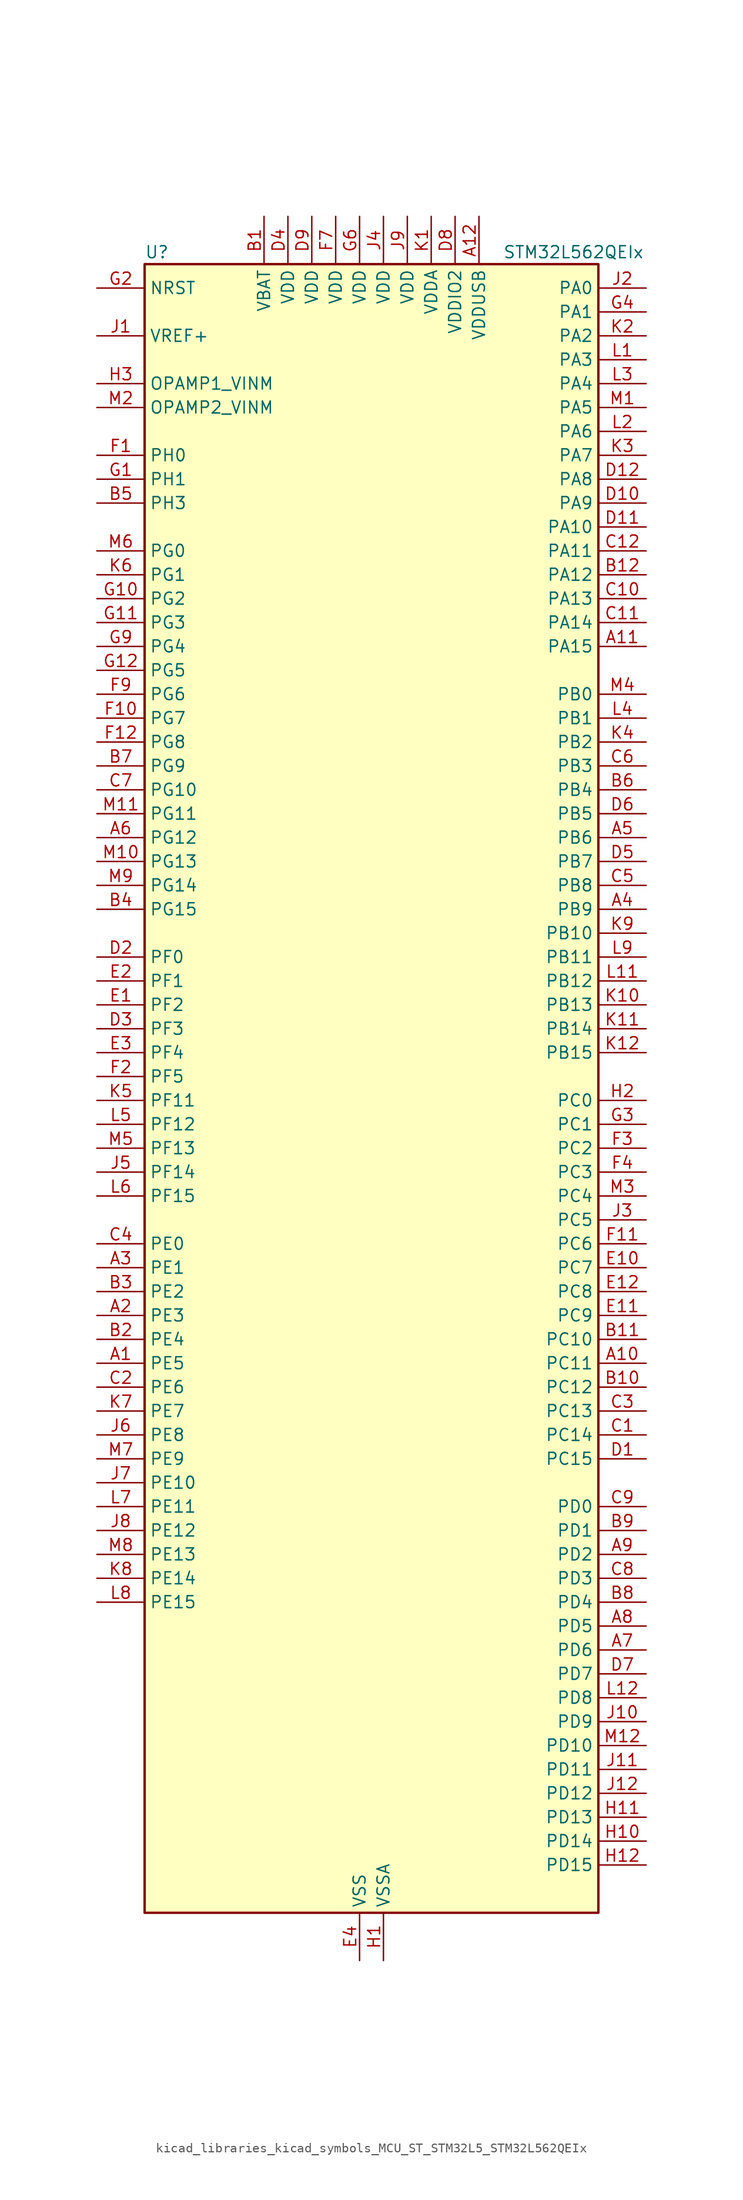
<source format=kicad_sym>
(kicad_symbol_lib
  (version 20220914)
  (generator kicad_symbol_editor)
  (symbol "kicad_libraries_kicad_symbols_MCU_ST_STM32L5_STM32L562QEIx"
    (property "Reference" "U"
      (at -22.86 90.17 0)
      (effects (font (size 1.27 1.27)) (justify left)))
    (property "Value" "STM32L562QEIx"
      (at 15.24 90.17 0)
      (effects (font (size 1.27 1.27)) (justify left)))
    (property "ki_locked" ""
      (at 0 0 0)
      (effects (font (size 1.27 1.27))))
    (symbol "kicad_libraries_kicad_symbols_MCU_ST_STM32L5_STM32L562QEIx_0_1"
      (rectangle (start -22.86 -86.36) (end 25.4 88.9) (stroke (width 0.254) (type default)) (fill (type background))))
    (symbol "kicad_libraries_kicad_symbols_MCU_ST_STM32L5_STM32L562QEIx_1_1"
      (pin bidirectional line (at -27.94 -27.94 0) (length 5.08) (name "PE5" (effects (font (size 1.27 1.27)))) (number "A1" (effects (font (size 1.27 1.27)))) (alternate "DEBUG_TRACED2" bidirectional line) (alternate "DFSDM1_CKIN3" bidirectional line) (alternate "FMC_A21" bidirectional line) (alternate "SAI1_CK2" bidirectional line) (alternate "SAI1_SCK_A" bidirectional line) (alternate "TIM3_CH3" bidirectional line) (alternate "TSC_G7_IO4" bidirectional line))
      (pin bidirectional line (at 30.48 -27.94 180) (length 5.08) (name "PC11" (effects (font (size 1.27 1.27)))) (number "A10" (effects (font (size 1.27 1.27)))) (alternate "ADC1_EXTI11" bidirectional line) (alternate "ADC2_EXTI11" bidirectional line) (alternate "LPTIM3_IN1" bidirectional line) (alternate "OCTOSPI1_NCS" bidirectional line) (alternate "SAI2_MCLK_B" bidirectional line) (alternate "SDMMC1_D3" bidirectional line) (alternate "SPI3_MISO" bidirectional line) (alternate "TSC_G3_IO3" bidirectional line) (alternate "UART4_RX" bidirectional line) (alternate "UCPD1_FRSTX2" bidirectional line) (alternate "USART3_RX" bidirectional line))
      (pin bidirectional line (at 30.48 48.26 180) (length 5.08) (name "PA15" (effects (font (size 1.27 1.27)))) (number "A11" (effects (font (size 1.27 1.27)))) (alternate "ADC1_EXTI15" bidirectional line) (alternate "ADC2_EXTI15" bidirectional line) (alternate "DEBUG_JTDI" bidirectional line) (alternate "SAI2_FS_B" bidirectional line) (alternate "SPI1_NSS" bidirectional line) (alternate "SPI3_NSS" bidirectional line) (alternate "TIM2_CH1" bidirectional line) (alternate "TIM2_ETR" bidirectional line) (alternate "UART4_DE" bidirectional line) (alternate "UART4_RTS" bidirectional line) (alternate "UCPD1_CC1" bidirectional line) (alternate "USART2_RX" bidirectional line) (alternate "USART3_DE" bidirectional line) (alternate "USART3_RTS" bidirectional line))
      (pin power_in line (at 12.7 93.98 270) (length 5.08) (name "VDDUSB" (effects (font (size 1.27 1.27)))) (number "A12" (effects (font (size 1.27 1.27)))))
      (pin bidirectional line (at -27.94 -22.86 0) (length 5.08) (name "PE3" (effects (font (size 1.27 1.27)))) (number "A2" (effects (font (size 1.27 1.27)))) (alternate "DEBUG_TRACED0" bidirectional line) (alternate "FMC_A19" bidirectional line) (alternate "OCTOSPI1_DQS" bidirectional line) (alternate "SAI1_SD_B" bidirectional line) (alternate "TIM3_CH1" bidirectional line) (alternate "TSC_G7_IO2" bidirectional line))
      (pin bidirectional line (at -27.94 -17.78 0) (length 5.08) (name "PE1" (effects (font (size 1.27 1.27)))) (number "A3" (effects (font (size 1.27 1.27)))) (alternate "FMC_NBL1" bidirectional line) (alternate "TIM17_CH1" bidirectional line))
      (pin bidirectional line (at 30.48 20.32 180) (length 5.08) (name "PB9" (effects (font (size 1.27 1.27)))) (number "A4" (effects (font (size 1.27 1.27)))) (alternate "DAC1_EXTI9" bidirectional line) (alternate "FDCAN1_TX" bidirectional line) (alternate "I2C1_SDA" bidirectional line) (alternate "IR_OUT" bidirectional line) (alternate "SAI1_D2" bidirectional line) (alternate "SAI1_FS_A" bidirectional line) (alternate "SDMMC1_CDIR" bidirectional line) (alternate "SDMMC1_D5" bidirectional line) (alternate "SPI2_NSS" bidirectional line) (alternate "TIM17_CH1" bidirectional line) (alternate "TIM4_CH4" bidirectional line))
      (pin bidirectional line (at 30.48 27.94 180) (length 5.08) (name "PB6" (effects (font (size 1.27 1.27)))) (number "A5" (effects (font (size 1.27 1.27)))) (alternate "COMP2_INP" bidirectional line) (alternate "I2C1_SCL" bidirectional line) (alternate "I2C4_SCL" bidirectional line) (alternate "LPTIM1_ETR" bidirectional line) (alternate "SAI1_FS_B" bidirectional line) (alternate "TIM16_CH1N" bidirectional line) (alternate "TIM4_CH1" bidirectional line) (alternate "TIM8_BKIN2" bidirectional line) (alternate "TSC_G2_IO3" bidirectional line) (alternate "USART1_TX" bidirectional line))
      (pin bidirectional line (at -27.94 27.94 0) (length 5.08) (name "PG12" (effects (font (size 1.27 1.27)))) (number "A6" (effects (font (size 1.27 1.27)))) (alternate "FMC_NE4" bidirectional line) (alternate "LPTIM1_ETR" bidirectional line) (alternate "SAI2_SD_A" bidirectional line) (alternate "SPI3_NSS" bidirectional line) (alternate "USART1_DE" bidirectional line) (alternate "USART1_RTS" bidirectional line))
      (pin bidirectional line (at 30.48 -58.42 180) (length 5.08) (name "PD6" (effects (font (size 1.27 1.27)))) (number "A7" (effects (font (size 1.27 1.27)))) (alternate "DFSDM1_DATIN1" bidirectional line) (alternate "FMC_NWAIT" bidirectional line) (alternate "OCTOSPI1_IO6" bidirectional line) (alternate "SAI1_D1" bidirectional line) (alternate "SAI1_SD_A" bidirectional line) (alternate "SPI3_MOSI" bidirectional line) (alternate "USART2_RX" bidirectional line))
      (pin bidirectional line (at 30.48 -55.88 180) (length 5.08) (name "PD5" (effects (font (size 1.27 1.27)))) (number "A8" (effects (font (size 1.27 1.27)))) (alternate "FMC_NWE" bidirectional line) (alternate "OCTOSPI1_IO5" bidirectional line) (alternate "USART2_TX" bidirectional line))
      (pin bidirectional line (at 30.48 -48.26 180) (length 5.08) (name "PD2" (effects (font (size 1.27 1.27)))) (number "A9" (effects (font (size 1.27 1.27)))) (alternate "DEBUG_TRACED2" bidirectional line) (alternate "SDMMC1_CMD" bidirectional line) (alternate "TIM3_ETR" bidirectional line) (alternate "TSC_SYNC" bidirectional line) (alternate "UART5_RX" bidirectional line) (alternate "USART3_DE" bidirectional line) (alternate "USART3_RTS" bidirectional line))
      (pin power_in line (at -10.16 93.98 270) (length 5.08) (name "VBAT" (effects (font (size 1.27 1.27)))) (number "B1" (effects (font (size 1.27 1.27)))))
      (pin bidirectional line (at 30.48 -30.48 180) (length 5.08) (name "PC12" (effects (font (size 1.27 1.27)))) (number "B10" (effects (font (size 1.27 1.27)))) (alternate "DEBUG_TRACED3" bidirectional line) (alternate "SAI2_SD_B" bidirectional line) (alternate "SDMMC1_CK" bidirectional line) (alternate "SPI3_MOSI" bidirectional line) (alternate "TSC_G3_IO4" bidirectional line) (alternate "UART5_TX" bidirectional line) (alternate "USART3_CK" bidirectional line))
      (pin bidirectional line (at 30.48 -25.4 180) (length 5.08) (name "PC10" (effects (font (size 1.27 1.27)))) (number "B11" (effects (font (size 1.27 1.27)))) (alternate "DEBUG_TRACED1" bidirectional line) (alternate "LPTIM3_ETR" bidirectional line) (alternate "SAI2_SCK_B" bidirectional line) (alternate "SDMMC1_D2" bidirectional line) (alternate "SPI3_SCK" bidirectional line) (alternate "TSC_G3_IO2" bidirectional line) (alternate "UART4_TX" bidirectional line) (alternate "USART3_TX" bidirectional line))
      (pin bidirectional line (at 30.48 55.88 180) (length 5.08) (name "PA12" (effects (font (size 1.27 1.27)))) (number "B12" (effects (font (size 1.27 1.27)))) (alternate "FDCAN1_TX" bidirectional line) (alternate "SPI1_MOSI" bidirectional line) (alternate "TIM1_ETR" bidirectional line) (alternate "USART1_DE" bidirectional line) (alternate "USART1_RTS" bidirectional line) (alternate "USB_DP" bidirectional line))
      (pin bidirectional line (at -27.94 -25.4 0) (length 5.08) (name "PE4" (effects (font (size 1.27 1.27)))) (number "B2" (effects (font (size 1.27 1.27)))) (alternate "DEBUG_TRACED1" bidirectional line) (alternate "DFSDM1_DATIN3" bidirectional line) (alternate "FMC_A20" bidirectional line) (alternate "SAI1_D2" bidirectional line) (alternate "SAI1_FS_A" bidirectional line) (alternate "TIM3_CH2" bidirectional line) (alternate "TSC_G7_IO3" bidirectional line))
      (pin bidirectional line (at -27.94 -20.32 0) (length 5.08) (name "PE2" (effects (font (size 1.27 1.27)))) (number "B3" (effects (font (size 1.27 1.27)))) (alternate "DEBUG_TRACECLK" bidirectional line) (alternate "FMC_A23" bidirectional line) (alternate "SAI1_CK1" bidirectional line) (alternate "SAI1_MCLK_A" bidirectional line) (alternate "TIM3_ETR" bidirectional line) (alternate "TSC_G7_IO1" bidirectional line))
      (pin bidirectional line (at -27.94 20.32 0) (length 5.08) (name "PG15" (effects (font (size 1.27 1.27)))) (number "B4" (effects (font (size 1.27 1.27)))) (alternate "ADC1_EXTI15" bidirectional line) (alternate "ADC2_EXTI15" bidirectional line) (alternate "I2C1_SMBA" bidirectional line) (alternate "LPTIM1_OUT" bidirectional line))
      (pin bidirectional line (at -27.94 63.5 0) (length 5.08) (name "PH3" (effects (font (size 1.27 1.27)))) (number "B5" (effects (font (size 1.27 1.27)))))
      (pin bidirectional line (at 30.48 33.02 180) (length 5.08) (name "PB4" (effects (font (size 1.27 1.27)))) (number "B6" (effects (font (size 1.27 1.27)))) (alternate "COMP2_INP" bidirectional line) (alternate "DEBUG_JTRST" bidirectional line) (alternate "I2C3_SDA" bidirectional line) (alternate "SAI1_MCLK_B" bidirectional line) (alternate "SPI1_MISO" bidirectional line) (alternate "SPI3_MISO" bidirectional line) (alternate "TIM17_BKIN" bidirectional line) (alternate "TIM3_CH1" bidirectional line) (alternate "TSC_G2_IO1" bidirectional line) (alternate "UART5_DE" bidirectional line) (alternate "UART5_RTS" bidirectional line) (alternate "USART1_CTS" bidirectional line) (alternate "USART1_NSS" bidirectional line))
      (pin bidirectional line (at -27.94 35.56 0) (length 5.08) (name "PG9" (effects (font (size 1.27 1.27)))) (number "B7" (effects (font (size 1.27 1.27)))) (alternate "DAC1_EXTI9" bidirectional line) (alternate "FMC_NCE" bidirectional line) (alternate "FMC_NE2" bidirectional line) (alternate "SAI2_SCK_A" bidirectional line) (alternate "SPI3_SCK" bidirectional line) (alternate "TIM15_CH1N" bidirectional line) (alternate "USART1_TX" bidirectional line))
      (pin bidirectional line (at 30.48 -53.34 180) (length 5.08) (name "PD4" (effects (font (size 1.27 1.27)))) (number "B8" (effects (font (size 1.27 1.27)))) (alternate "DFSDM1_CKIN0" bidirectional line) (alternate "FMC_NOE" bidirectional line) (alternate "OCTOSPI1_IO4" bidirectional line) (alternate "SPI2_MOSI" bidirectional line) (alternate "USART2_DE" bidirectional line) (alternate "USART2_RTS" bidirectional line))
      (pin bidirectional line (at 30.48 -45.72 180) (length 5.08) (name "PD1" (effects (font (size 1.27 1.27)))) (number "B9" (effects (font (size 1.27 1.27)))) (alternate "FDCAN1_TX" bidirectional line) (alternate "FMC_D3" bidirectional line) (alternate "FMC_DA3" bidirectional line) (alternate "SPI2_SCK" bidirectional line))
      (pin bidirectional line (at 30.48 -35.56 180) (length 5.08) (name "PC14" (effects (font (size 1.27 1.27)))) (number "C1" (effects (font (size 1.27 1.27)))) (alternate "RCC_OSC32_IN" bidirectional line))
      (pin bidirectional line (at 30.48 53.34 180) (length 5.08) (name "PA13" (effects (font (size 1.27 1.27)))) (number "C10" (effects (font (size 1.27 1.27)))) (alternate "DEBUG_JTMS-SWDIO" bidirectional line) (alternate "IR_OUT" bidirectional line) (alternate "SAI1_SD_B" bidirectional line) (alternate "USB_NOE" bidirectional line))
      (pin bidirectional line (at 30.48 50.8 180) (length 5.08) (name "PA14" (effects (font (size 1.27 1.27)))) (number "C11" (effects (font (size 1.27 1.27)))) (alternate "DEBUG_JTCK-SWCLK" bidirectional line) (alternate "I2C1_SMBA" bidirectional line) (alternate "I2C4_SMBA" bidirectional line) (alternate "LPTIM1_OUT" bidirectional line) (alternate "SAI1_FS_B" bidirectional line))
      (pin bidirectional line (at 30.48 58.42 180) (length 5.08) (name "PA11" (effects (font (size 1.27 1.27)))) (number "C12" (effects (font (size 1.27 1.27)))) (alternate "ADC1_EXTI11" bidirectional line) (alternate "ADC2_EXTI11" bidirectional line) (alternate "FDCAN1_RX" bidirectional line) (alternate "SPI1_MISO" bidirectional line) (alternate "TIM1_BKIN2" bidirectional line) (alternate "TIM1_CH4" bidirectional line) (alternate "USART1_CTS" bidirectional line) (alternate "USART1_NSS" bidirectional line) (alternate "USB_DM" bidirectional line))
      (pin bidirectional line (at -27.94 -30.48 0) (length 5.08) (name "PE6" (effects (font (size 1.27 1.27)))) (number "C2" (effects (font (size 1.27 1.27)))) (alternate "DEBUG_TRACED3" bidirectional line) (alternate "FMC_A22" bidirectional line) (alternate "PWR_WKUP3" bidirectional line) (alternate "SAI1_D1" bidirectional line) (alternate "SAI1_SD_A" bidirectional line) (alternate "TAMP_IN3" bidirectional line) (alternate "TAMP_OUT6" bidirectional line) (alternate "TIM3_CH4" bidirectional line))
      (pin bidirectional line (at 30.48 -33.02 180) (length 5.08) (name "PC13" (effects (font (size 1.27 1.27)))) (number "C3" (effects (font (size 1.27 1.27)))) (alternate "PWR_WKUP2" bidirectional line) (alternate "RTC_OUT1" bidirectional line) (alternate "RTC_TS" bidirectional line) (alternate "TAMP_IN1" bidirectional line) (alternate "TAMP_OUT2" bidirectional line))
      (pin bidirectional line (at -27.94 -15.24 0) (length 5.08) (name "PE0" (effects (font (size 1.27 1.27)))) (number "C4" (effects (font (size 1.27 1.27)))) (alternate "FMC_NBL0" bidirectional line) (alternate "TIM16_CH1" bidirectional line) (alternate "TIM4_ETR" bidirectional line))
      (pin bidirectional line (at 30.48 22.86 180) (length 5.08) (name "PB8" (effects (font (size 1.27 1.27)))) (number "C5" (effects (font (size 1.27 1.27)))) (alternate "DFSDM1_CKOUT" bidirectional line) (alternate "FDCAN1_RX" bidirectional line) (alternate "I2C1_SCL" bidirectional line) (alternate "SAI1_CK1" bidirectional line) (alternate "SAI1_MCLK_A" bidirectional line) (alternate "SDMMC1_CKIN" bidirectional line) (alternate "SDMMC1_D4" bidirectional line) (alternate "TIM16_CH1" bidirectional line) (alternate "TIM4_CH3" bidirectional line))
      (pin bidirectional line (at 30.48 35.56 180) (length 5.08) (name "PB3" (effects (font (size 1.27 1.27)))) (number "C6" (effects (font (size 1.27 1.27)))) (alternate "COMP2_INM" bidirectional line) (alternate "CRS_SYNC" bidirectional line) (alternate "DEBUG_JTDO-SWO" bidirectional line) (alternate "SAI1_SCK_B" bidirectional line) (alternate "SPI1_SCK" bidirectional line) (alternate "SPI3_SCK" bidirectional line) (alternate "TIM2_CH2" bidirectional line) (alternate "USART1_DE" bidirectional line) (alternate "USART1_RTS" bidirectional line))
      (pin bidirectional line (at -27.94 33.02 0) (length 5.08) (name "PG10" (effects (font (size 1.27 1.27)))) (number "C7" (effects (font (size 1.27 1.27)))) (alternate "FMC_NE3" bidirectional line) (alternate "LPTIM1_IN1" bidirectional line) (alternate "SAI2_FS_A" bidirectional line) (alternate "SPI3_MISO" bidirectional line) (alternate "TIM15_CH1" bidirectional line) (alternate "USART1_RX" bidirectional line))
      (pin bidirectional line (at 30.48 -50.8 180) (length 5.08) (name "PD3" (effects (font (size 1.27 1.27)))) (number "C8" (effects (font (size 1.27 1.27)))) (alternate "DFSDM1_DATIN0" bidirectional line) (alternate "FMC_CLK" bidirectional line) (alternate "SPI2_MISO" bidirectional line) (alternate "SPI2_SCK" bidirectional line) (alternate "USART2_CTS" bidirectional line) (alternate "USART2_NSS" bidirectional line))
      (pin bidirectional line (at 30.48 -43.18 180) (length 5.08) (name "PD0" (effects (font (size 1.27 1.27)))) (number "C9" (effects (font (size 1.27 1.27)))) (alternate "FDCAN1_RX" bidirectional line) (alternate "FMC_D2" bidirectional line) (alternate "FMC_DA2" bidirectional line) (alternate "SPI2_NSS" bidirectional line))
      (pin bidirectional line (at 30.48 -38.1 180) (length 5.08) (name "PC15" (effects (font (size 1.27 1.27)))) (number "D1" (effects (font (size 1.27 1.27)))) (alternate "ADC1_EXTI15" bidirectional line) (alternate "ADC2_EXTI15" bidirectional line) (alternate "RCC_OSC32_OUT" bidirectional line))
      (pin bidirectional line (at 30.48 63.5 180) (length 5.08) (name "PA9" (effects (font (size 1.27 1.27)))) (number "D10" (effects (font (size 1.27 1.27)))) (alternate "DAC1_EXTI9" bidirectional line) (alternate "SAI1_FS_A" bidirectional line) (alternate "SPI2_SCK" bidirectional line) (alternate "TIM15_BKIN" bidirectional line) (alternate "TIM1_CH2" bidirectional line) (alternate "USART1_TX" bidirectional line))
      (pin bidirectional line (at 30.48 60.96 180) (length 5.08) (name "PA10" (effects (font (size 1.27 1.27)))) (number "D11" (effects (font (size 1.27 1.27)))) (alternate "CRS_SYNC" bidirectional line) (alternate "SAI1_D1" bidirectional line) (alternate "SAI1_SD_A" bidirectional line) (alternate "TIM17_BKIN" bidirectional line) (alternate "TIM1_CH3" bidirectional line) (alternate "USART1_RX" bidirectional line))
      (pin bidirectional line (at 30.48 66.04 180) (length 5.08) (name "PA8" (effects (font (size 1.27 1.27)))) (number "D12" (effects (font (size 1.27 1.27)))) (alternate "LPTIM2_OUT" bidirectional line) (alternate "RCC_MCO" bidirectional line) (alternate "SAI1_CK2" bidirectional line) (alternate "SAI1_SCK_A" bidirectional line) (alternate "TIM1_CH1" bidirectional line) (alternate "USART1_CK" bidirectional line))
      (pin bidirectional line (at -27.94 15.24 0) (length 5.08) (name "PF0" (effects (font (size 1.27 1.27)))) (number "D2" (effects (font (size 1.27 1.27)))) (alternate "FMC_A0" bidirectional line) (alternate "I2C2_SDA" bidirectional line))
      (pin bidirectional line (at -27.94 7.62 0) (length 5.08) (name "PF3" (effects (font (size 1.27 1.27)))) (number "D3" (effects (font (size 1.27 1.27)))) (alternate "FMC_A3" bidirectional line) (alternate "LPTIM3_IN1" bidirectional line))
      (pin power_in line (at -7.62 93.98 270) (length 5.08) (name "VDD" (effects (font (size 1.27 1.27)))) (number "D4" (effects (font (size 1.27 1.27)))))
      (pin bidirectional line (at 30.48 25.4 180) (length 5.08) (name "PB7" (effects (font (size 1.27 1.27)))) (number "D5" (effects (font (size 1.27 1.27)))) (alternate "COMP2_INM" bidirectional line) (alternate "FMC_NL" bidirectional line) (alternate "I2C1_SDA" bidirectional line) (alternate "I2C4_SDA" bidirectional line) (alternate "LPTIM1_IN2" bidirectional line) (alternate "PWR_PVD_IN" bidirectional line) (alternate "TIM17_CH1N" bidirectional line) (alternate "TIM4_CH2" bidirectional line) (alternate "TIM8_BKIN" bidirectional line) (alternate "TSC_G2_IO4" bidirectional line) (alternate "UART4_CTS" bidirectional line) (alternate "USART1_RX" bidirectional line))
      (pin bidirectional line (at 30.48 30.48 180) (length 5.08) (name "PB5" (effects (font (size 1.27 1.27)))) (number "D6" (effects (font (size 1.27 1.27)))) (alternate "COMP2_OUT" bidirectional line) (alternate "I2C1_SMBA" bidirectional line) (alternate "LPTIM1_IN1" bidirectional line) (alternate "OCTOSPI1_NCLK" bidirectional line) (alternate "SAI1_SD_B" bidirectional line) (alternate "SPI1_MOSI" bidirectional line) (alternate "SPI3_MOSI" bidirectional line) (alternate "TIM16_BKIN" bidirectional line) (alternate "TIM3_CH2" bidirectional line) (alternate "TSC_G2_IO2" bidirectional line) (alternate "UART5_CTS" bidirectional line) (alternate "UCPD1_DBCC1" bidirectional line) (alternate "USART1_CK" bidirectional line))
      (pin bidirectional line (at 30.48 -60.96 180) (length 5.08) (name "PD7" (effects (font (size 1.27 1.27)))) (number "D7" (effects (font (size 1.27 1.27)))) (alternate "DFSDM1_CKIN1" bidirectional line) (alternate "FMC_NCE" bidirectional line) (alternate "FMC_NE1" bidirectional line) (alternate "OCTOSPI1_IO7" bidirectional line) (alternate "USART2_CK" bidirectional line))
      (pin power_in line (at 10.16 93.98 270) (length 5.08) (name "VDDIO2" (effects (font (size 1.27 1.27)))) (number "D8" (effects (font (size 1.27 1.27)))))
      (pin power_in line (at -5.08 93.98 270) (length 5.08) (name "VDD" (effects (font (size 1.27 1.27)))) (number "D9" (effects (font (size 1.27 1.27)))))
      (pin bidirectional line (at -27.94 10.16 0) (length 5.08) (name "PF2" (effects (font (size 1.27 1.27)))) (number "E1" (effects (font (size 1.27 1.27)))) (alternate "FMC_A2" bidirectional line) (alternate "I2C2_SMBA" bidirectional line))
      (pin bidirectional line (at 30.48 -17.78 180) (length 5.08) (name "PC7" (effects (font (size 1.27 1.27)))) (number "E10" (effects (font (size 1.27 1.27)))) (alternate "DFSDM1_DATIN3" bidirectional line) (alternate "SAI2_MCLK_B" bidirectional line) (alternate "SDMMC1_D123DIR" bidirectional line) (alternate "SDMMC1_D7" bidirectional line) (alternate "TIM3_CH2" bidirectional line) (alternate "TIM8_CH2" bidirectional line) (alternate "TSC_G4_IO2" bidirectional line))
      (pin bidirectional line (at 30.48 -22.86 180) (length 5.08) (name "PC9" (effects (font (size 1.27 1.27)))) (number "E11" (effects (font (size 1.27 1.27)))) (alternate "DAC1_EXTI9" bidirectional line) (alternate "DEBUG_TRACED0" bidirectional line) (alternate "SAI2_EXTCLK" bidirectional line) (alternate "SDMMC1_D1" bidirectional line) (alternate "TIM3_CH4" bidirectional line) (alternate "TIM8_BKIN2" bidirectional line) (alternate "TIM8_CH4" bidirectional line) (alternate "TSC_G4_IO4" bidirectional line) (alternate "USB_NOE" bidirectional line))
      (pin bidirectional line (at 30.48 -20.32 180) (length 5.08) (name "PC8" (effects (font (size 1.27 1.27)))) (number "E12" (effects (font (size 1.27 1.27)))) (alternate "SDMMC1_D0" bidirectional line) (alternate "TIM3_CH3" bidirectional line) (alternate "TIM8_CH3" bidirectional line) (alternate "TSC_G4_IO3" bidirectional line))
      (pin bidirectional line (at -27.94 12.7 0) (length 5.08) (name "PF1" (effects (font (size 1.27 1.27)))) (number "E2" (effects (font (size 1.27 1.27)))) (alternate "FMC_A1" bidirectional line) (alternate "I2C2_SCL" bidirectional line))
      (pin bidirectional line (at -27.94 5.08 0) (length 5.08) (name "PF4" (effects (font (size 1.27 1.27)))) (number "E3" (effects (font (size 1.27 1.27)))) (alternate "FMC_A4" bidirectional line) (alternate "LPTIM3_ETR" bidirectional line))
      (pin power_in line (at 0 -91.44 90) (length 5.08) (name "VSS" (effects (font (size 1.27 1.27)))) (number "E4" (effects (font (size 1.27 1.27)))))
      (pin passive line (at 0 -91.44 90) (length 5.08) hide (name "VSS" (effects (font (size 1.27 1.27)))) (number "E9" (effects (font (size 1.27 1.27)))))
      (pin bidirectional line (at -27.94 68.58 0) (length 5.08) (name "PH0" (effects (font (size 1.27 1.27)))) (number "F1" (effects (font (size 1.27 1.27)))) (alternate "RCC_OSC_IN" bidirectional line))
      (pin bidirectional line (at -27.94 40.64 0) (length 5.08) (name "PG7" (effects (font (size 1.27 1.27)))) (number "F10" (effects (font (size 1.27 1.27)))) (alternate "DFSDM1_CKOUT" bidirectional line) (alternate "FMC_INT" bidirectional line) (alternate "I2C3_SCL" bidirectional line) (alternate "LPUART1_TX" bidirectional line) (alternate "SAI1_CK1" bidirectional line) (alternate "SAI1_MCLK_A" bidirectional line) (alternate "UCPD1_FRSTX2" bidirectional line))
      (pin bidirectional line (at 30.48 -15.24 180) (length 5.08) (name "PC6" (effects (font (size 1.27 1.27)))) (number "F11" (effects (font (size 1.27 1.27)))) (alternate "DFSDM1_CKIN3" bidirectional line) (alternate "SAI2_MCLK_A" bidirectional line) (alternate "SDMMC1_D0DIR" bidirectional line) (alternate "SDMMC1_D6" bidirectional line) (alternate "TIM3_CH1" bidirectional line) (alternate "TIM8_CH1" bidirectional line) (alternate "TSC_G4_IO1" bidirectional line))
      (pin bidirectional line (at -27.94 38.1 0) (length 5.08) (name "PG8" (effects (font (size 1.27 1.27)))) (number "F12" (effects (font (size 1.27 1.27)))) (alternate "I2C3_SDA" bidirectional line) (alternate "LPUART1_RX" bidirectional line))
      (pin bidirectional line (at -27.94 2.54 0) (length 5.08) (name "PF5" (effects (font (size 1.27 1.27)))) (number "F2" (effects (font (size 1.27 1.27)))) (alternate "FMC_A5" bidirectional line) (alternate "LPTIM3_OUT" bidirectional line))
      (pin bidirectional line (at 30.48 -5.08 180) (length 5.08) (name "PC2" (effects (font (size 1.27 1.27)))) (number "F3" (effects (font (size 1.27 1.27)))) (alternate "ADC1_IN3" bidirectional line) (alternate "ADC2_IN3" bidirectional line) (alternate "DFSDM1_CKOUT" bidirectional line) (alternate "LPTIM1_IN2" bidirectional line) (alternate "OCTOSPI1_IO5" bidirectional line) (alternate "SPI2_MISO" bidirectional line))
      (pin bidirectional line (at 30.48 -7.62 180) (length 5.08) (name "PC3" (effects (font (size 1.27 1.27)))) (number "F4" (effects (font (size 1.27 1.27)))) (alternate "ADC1_IN4" bidirectional line) (alternate "ADC2_IN4" bidirectional line) (alternate "LPTIM1_ETR" bidirectional line) (alternate "LPTIM2_ETR" bidirectional line) (alternate "LPTIM3_OUT" bidirectional line) (alternate "OCTOSPI1_IO6" bidirectional line) (alternate "SAI1_D1" bidirectional line) (alternate "SAI1_SD_A" bidirectional line) (alternate "SPI2_MOSI" bidirectional line))
      (pin passive line (at 0 -91.44 90) (length 5.08) hide (name "VSS" (effects (font (size 1.27 1.27)))) (number "F6" (effects (font (size 1.27 1.27)))))
      (pin power_in line (at -2.54 93.98 270) (length 5.08) (name "VDD" (effects (font (size 1.27 1.27)))) (number "F7" (effects (font (size 1.27 1.27)))))
      (pin bidirectional line (at -27.94 43.18 0) (length 5.08) (name "PG6" (effects (font (size 1.27 1.27)))) (number "F9" (effects (font (size 1.27 1.27)))) (alternate "I2C3_SMBA" bidirectional line) (alternate "LPUART1_DE" bidirectional line) (alternate "LPUART1_RTS" bidirectional line) (alternate "OCTOSPI1_DQS" bidirectional line) (alternate "UCPD1_FRSTX1" bidirectional line))
      (pin bidirectional line (at -27.94 66.04 0) (length 5.08) (name "PH1" (effects (font (size 1.27 1.27)))) (number "G1" (effects (font (size 1.27 1.27)))) (alternate "RCC_OSC_OUT" bidirectional line))
      (pin bidirectional line (at -27.94 53.34 0) (length 5.08) (name "PG2" (effects (font (size 1.27 1.27)))) (number "G10" (effects (font (size 1.27 1.27)))) (alternate "FMC_A12" bidirectional line) (alternate "SAI2_SCK_B" bidirectional line) (alternate "SPI1_SCK" bidirectional line))
      (pin bidirectional line (at -27.94 50.8 0) (length 5.08) (name "PG3" (effects (font (size 1.27 1.27)))) (number "G11" (effects (font (size 1.27 1.27)))) (alternate "FMC_A13" bidirectional line) (alternate "SAI2_FS_B" bidirectional line) (alternate "SPI1_MISO" bidirectional line))
      (pin bidirectional line (at -27.94 45.72 0) (length 5.08) (name "PG5" (effects (font (size 1.27 1.27)))) (number "G12" (effects (font (size 1.27 1.27)))) (alternate "FMC_A15" bidirectional line) (alternate "LPUART1_CTS" bidirectional line) (alternate "SAI2_SD_B" bidirectional line) (alternate "SPI1_NSS" bidirectional line))
      (pin input line (at -27.94 86.36 0) (length 5.08) (name "NRST" (effects (font (size 1.27 1.27)))) (number "G2" (effects (font (size 1.27 1.27)))))
      (pin bidirectional line (at 30.48 -2.54 180) (length 5.08) (name "PC1" (effects (font (size 1.27 1.27)))) (number "G3" (effects (font (size 1.27 1.27)))) (alternate "ADC1_IN2" bidirectional line) (alternate "ADC2_IN2" bidirectional line) (alternate "DEBUG_TRACED0" bidirectional line) (alternate "I2C3_SDA" bidirectional line) (alternate "LPTIM1_OUT" bidirectional line) (alternate "LPUART1_TX" bidirectional line) (alternate "OCTOSPI1_IO4" bidirectional line) (alternate "SAI1_SD_A" bidirectional line) (alternate "SPI2_MOSI" bidirectional line))
      (pin bidirectional line (at 30.48 83.82 180) (length 5.08) (name "PA1" (effects (font (size 1.27 1.27)))) (number "G4" (effects (font (size 1.27 1.27)))) (alternate "ADC1_IN6" bidirectional line) (alternate "ADC2_IN6" bidirectional line) (alternate "I2C1_SMBA" bidirectional line) (alternate "OCTOSPI1_DQS" bidirectional line) (alternate "OPAMP1_VINM" bidirectional line) (alternate "SPI1_SCK" bidirectional line) (alternate "TAMP_IN5" bidirectional line) (alternate "TAMP_OUT4" bidirectional line) (alternate "TIM15_CH1N" bidirectional line) (alternate "TIM2_CH2" bidirectional line) (alternate "TIM5_CH2" bidirectional line) (alternate "UART4_RX" bidirectional line) (alternate "USART2_DE" bidirectional line) (alternate "USART2_RTS" bidirectional line))
      (pin power_in line (at 0 93.98 270) (length 5.08) (name "VDD" (effects (font (size 1.27 1.27)))) (number "G6" (effects (font (size 1.27 1.27)))))
      (pin passive line (at 0 -91.44 90) (length 5.08) hide (name "VSS" (effects (font (size 1.27 1.27)))) (number "G7" (effects (font (size 1.27 1.27)))))
      (pin bidirectional line (at -27.94 48.26 0) (length 5.08) (name "PG4" (effects (font (size 1.27 1.27)))) (number "G9" (effects (font (size 1.27 1.27)))) (alternate "FMC_A14" bidirectional line) (alternate "SAI2_MCLK_B" bidirectional line) (alternate "SPI1_MOSI" bidirectional line))
      (pin power_in line (at 2.54 -91.44 90) (length 5.08) (name "VSSA" (effects (font (size 1.27 1.27)))) (number "H1" (effects (font (size 1.27 1.27)))))
      (pin bidirectional line (at 30.48 -78.74 180) (length 5.08) (name "PD14" (effects (font (size 1.27 1.27)))) (number "H10" (effects (font (size 1.27 1.27)))) (alternate "FMC_D0" bidirectional line) (alternate "FMC_DA0" bidirectional line) (alternate "TIM4_CH3" bidirectional line))
      (pin bidirectional line (at 30.48 -76.2 180) (length 5.08) (name "PD13" (effects (font (size 1.27 1.27)))) (number "H11" (effects (font (size 1.27 1.27)))) (alternate "FMC_A18" bidirectional line) (alternate "I2C4_SDA" bidirectional line) (alternate "LPTIM2_OUT" bidirectional line) (alternate "TIM4_CH2" bidirectional line) (alternate "TSC_G6_IO4" bidirectional line))
      (pin bidirectional line (at 30.48 -81.28 180) (length 5.08) (name "PD15" (effects (font (size 1.27 1.27)))) (number "H12" (effects (font (size 1.27 1.27)))) (alternate "ADC1_EXTI15" bidirectional line) (alternate "ADC2_EXTI15" bidirectional line) (alternate "FMC_D1" bidirectional line) (alternate "FMC_DA1" bidirectional line) (alternate "TIM4_CH4" bidirectional line))
      (pin bidirectional line (at 30.48 0 180) (length 5.08) (name "PC0" (effects (font (size 1.27 1.27)))) (number "H2" (effects (font (size 1.27 1.27)))) (alternate "ADC1_IN1" bidirectional line) (alternate "ADC2_IN1" bidirectional line) (alternate "I2C3_SCL" bidirectional line) (alternate "LPTIM1_IN1" bidirectional line) (alternate "LPTIM2_IN1" bidirectional line) (alternate "LPUART1_RX" bidirectional line) (alternate "OCTOSPI1_IO7" bidirectional line) (alternate "SAI2_FS_A" bidirectional line) (alternate "SDMMC1_D5" bidirectional line))
      (pin bidirectional line (at -27.94 76.2 0) (length 5.08) (name "OPAMP1_VINM" (effects (font (size 1.27 1.27)))) (number "H3" (effects (font (size 1.27 1.27)))) (alternate "OPAMP1_VINM" bidirectional line))
      (pin passive line (at 0 -91.44 90) (length 5.08) hide (name "VSS" (effects (font (size 1.27 1.27)))) (number "H4" (effects (font (size 1.27 1.27)))))
      (pin passive line (at 0 -91.44 90) (length 5.08) hide (name "VSS" (effects (font (size 1.27 1.27)))) (number "H9" (effects (font (size 1.27 1.27)))))
      (pin input line (at -27.94 81.28 0) (length 5.08) (name "VREF+" (effects (font (size 1.27 1.27)))) (number "J1" (effects (font (size 1.27 1.27)))))
      (pin bidirectional line (at 30.48 -66.04 180) (length 5.08) (name "PD9" (effects (font (size 1.27 1.27)))) (number "J10" (effects (font (size 1.27 1.27)))) (alternate "DAC1_EXTI9" bidirectional line) (alternate "FMC_D14" bidirectional line) (alternate "FMC_DA14" bidirectional line) (alternate "SAI2_MCLK_A" bidirectional line) (alternate "USART3_RX" bidirectional line))
      (pin bidirectional line (at 30.48 -71.12 180) (length 5.08) (name "PD11" (effects (font (size 1.27 1.27)))) (number "J11" (effects (font (size 1.27 1.27)))) (alternate "ADC1_EXTI11" bidirectional line) (alternate "ADC2_EXTI11" bidirectional line) (alternate "FMC_A16" bidirectional line) (alternate "FMC_CLE" bidirectional line) (alternate "I2C4_SMBA" bidirectional line) (alternate "LPTIM2_ETR" bidirectional line) (alternate "SAI2_SD_A" bidirectional line) (alternate "TSC_G6_IO2" bidirectional line) (alternate "USART3_CTS" bidirectional line) (alternate "USART3_NSS" bidirectional line))
      (pin bidirectional line (at 30.48 -73.66 180) (length 5.08) (name "PD12" (effects (font (size 1.27 1.27)))) (number "J12" (effects (font (size 1.27 1.27)))) (alternate "FMC_A17" bidirectional line) (alternate "FMC_ALE" bidirectional line) (alternate "I2C4_SCL" bidirectional line) (alternate "LPTIM2_IN1" bidirectional line) (alternate "SAI2_FS_A" bidirectional line) (alternate "TIM4_CH1" bidirectional line) (alternate "TSC_G6_IO3" bidirectional line) (alternate "USART3_DE" bidirectional line) (alternate "USART3_RTS" bidirectional line))
      (pin bidirectional line (at 30.48 86.36 180) (length 5.08) (name "PA0" (effects (font (size 1.27 1.27)))) (number "J2" (effects (font (size 1.27 1.27)))) (alternate "ADC1_IN5" bidirectional line) (alternate "ADC2_IN5" bidirectional line) (alternate "OPAMP1_VINP" bidirectional line) (alternate "PWR_WKUP1" bidirectional line) (alternate "SAI1_EXTCLK" bidirectional line) (alternate "TAMP_IN2" bidirectional line) (alternate "TAMP_OUT1" bidirectional line) (alternate "TIM2_CH1" bidirectional line) (alternate "TIM2_ETR" bidirectional line) (alternate "TIM5_CH1" bidirectional line) (alternate "TIM8_ETR" bidirectional line) (alternate "UART4_TX" bidirectional line) (alternate "USART2_CTS" bidirectional line) (alternate "USART2_NSS" bidirectional line))
      (pin bidirectional line (at 30.48 -12.7 180) (length 5.08) (name "PC5" (effects (font (size 1.27 1.27)))) (number "J3" (effects (font (size 1.27 1.27)))) (alternate "ADC1_IN14" bidirectional line) (alternate "ADC2_IN14" bidirectional line) (alternate "COMP1_INP" bidirectional line) (alternate "PWR_WKUP5" bidirectional line) (alternate "SAI1_D3" bidirectional line) (alternate "TAMP_IN4" bidirectional line) (alternate "TAMP_OUT5" bidirectional line) (alternate "USART3_RX" bidirectional line))
      (pin power_in line (at 2.54 93.98 270) (length 5.08) (name "VDD" (effects (font (size 1.27 1.27)))) (number "J4" (effects (font (size 1.27 1.27)))))
      (pin bidirectional line (at -27.94 -7.62 0) (length 5.08) (name "PF14" (effects (font (size 1.27 1.27)))) (number "J5" (effects (font (size 1.27 1.27)))) (alternate "FMC_A8" bidirectional line) (alternate "I2C4_SCL" bidirectional line) (alternate "TSC_G8_IO1" bidirectional line))
      (pin bidirectional line (at -27.94 -35.56 0) (length 5.08) (name "PE8" (effects (font (size 1.27 1.27)))) (number "J6" (effects (font (size 1.27 1.27)))) (alternate "DFSDM1_CKIN2" bidirectional line) (alternate "FMC_D5" bidirectional line) (alternate "FMC_DA5" bidirectional line) (alternate "SAI1_SCK_B" bidirectional line) (alternate "TIM1_CH1N" bidirectional line))
      (pin bidirectional line (at -27.94 -40.64 0) (length 5.08) (name "PE10" (effects (font (size 1.27 1.27)))) (number "J7" (effects (font (size 1.27 1.27)))) (alternate "FMC_D7" bidirectional line) (alternate "FMC_DA7" bidirectional line) (alternate "OCTOSPI1_CLK" bidirectional line) (alternate "SAI1_MCLK_B" bidirectional line) (alternate "TIM1_CH2N" bidirectional line) (alternate "TSC_G5_IO1" bidirectional line))
      (pin bidirectional line (at -27.94 -45.72 0) (length 5.08) (name "PE12" (effects (font (size 1.27 1.27)))) (number "J8" (effects (font (size 1.27 1.27)))) (alternate "FMC_D9" bidirectional line) (alternate "FMC_DA9" bidirectional line) (alternate "OCTOSPI1_IO0" bidirectional line) (alternate "SPI1_NSS" bidirectional line) (alternate "TIM1_CH3N" bidirectional line) (alternate "TSC_G5_IO3" bidirectional line))
      (pin power_in line (at 5.08 93.98 270) (length 5.08) (name "VDD" (effects (font (size 1.27 1.27)))) (number "J9" (effects (font (size 1.27 1.27)))))
      (pin power_in line (at 7.62 93.98 270) (length 5.08) (name "VDDA" (effects (font (size 1.27 1.27)))) (number "K1" (effects (font (size 1.27 1.27)))))
      (pin bidirectional line (at 30.48 10.16 180) (length 5.08) (name "PB13" (effects (font (size 1.27 1.27)))) (number "K10" (effects (font (size 1.27 1.27)))) (alternate "DFSDM1_CKIN1" bidirectional line) (alternate "I2C2_SCL" bidirectional line) (alternate "LPTIM3_IN1" bidirectional line) (alternate "LPUART1_CTS" bidirectional line) (alternate "SAI2_SCK_A" bidirectional line) (alternate "SPI2_SCK" bidirectional line) (alternate "TIM15_CH1N" bidirectional line) (alternate "TIM1_CH1N" bidirectional line) (alternate "TSC_G1_IO2" bidirectional line) (alternate "UCPD1_FRSTX2" bidirectional line) (alternate "USART3_CTS" bidirectional line) (alternate "USART3_NSS" bidirectional line))
      (pin bidirectional line (at 30.48 7.62 180) (length 5.08) (name "PB14" (effects (font (size 1.27 1.27)))) (number "K11" (effects (font (size 1.27 1.27)))) (alternate "DFSDM1_DATIN2" bidirectional line) (alternate "I2C2_SDA" bidirectional line) (alternate "LPTIM3_ETR" bidirectional line) (alternate "SAI2_MCLK_A" bidirectional line) (alternate "SPI2_MISO" bidirectional line) (alternate "TIM15_CH1" bidirectional line) (alternate "TIM1_CH2N" bidirectional line) (alternate "TIM8_CH2N" bidirectional line) (alternate "TSC_G1_IO3" bidirectional line) (alternate "UCPD1_DBCC2" bidirectional line) (alternate "USART3_DE" bidirectional line) (alternate "USART3_RTS" bidirectional line))
      (pin bidirectional line (at 30.48 5.08 180) (length 5.08) (name "PB15" (effects (font (size 1.27 1.27)))) (number "K12" (effects (font (size 1.27 1.27)))) (alternate "ADC1_EXTI15" bidirectional line) (alternate "ADC2_EXTI15" bidirectional line) (alternate "DFSDM1_CKIN2" bidirectional line) (alternate "RTC_REFIN" bidirectional line) (alternate "SAI2_SD_A" bidirectional line) (alternate "SPI2_MOSI" bidirectional line) (alternate "TIM15_CH2" bidirectional line) (alternate "TIM1_CH3N" bidirectional line) (alternate "TIM8_CH3N" bidirectional line) (alternate "UCPD1_CC2" bidirectional line))
      (pin bidirectional line (at 30.48 81.28 180) (length 5.08) (name "PA2" (effects (font (size 1.27 1.27)))) (number "K2" (effects (font (size 1.27 1.27)))) (alternate "ADC1_IN7" bidirectional line) (alternate "ADC2_IN7" bidirectional line) (alternate "COMP1_INP" bidirectional line) (alternate "LPUART1_TX" bidirectional line) (alternate "OCTOSPI1_NCS" bidirectional line) (alternate "PWR_WKUP4" bidirectional line) (alternate "RCC_LSCO" bidirectional line) (alternate "SAI2_EXTCLK" bidirectional line) (alternate "TIM15_CH1" bidirectional line) (alternate "TIM2_CH3" bidirectional line) (alternate "TIM5_CH3" bidirectional line) (alternate "UCPD1_FRSTX1" bidirectional line) (alternate "USART2_TX" bidirectional line))
      (pin bidirectional line (at 30.48 68.58 180) (length 5.08) (name "PA7" (effects (font (size 1.27 1.27)))) (number "K3" (effects (font (size 1.27 1.27)))) (alternate "ADC1_IN12" bidirectional line) (alternate "ADC2_IN12" bidirectional line) (alternate "I2C3_SCL" bidirectional line) (alternate "OCTOSPI1_IO2" bidirectional line) (alternate "OPAMP2_VINM" bidirectional line) (alternate "SPI1_MOSI" bidirectional line) (alternate "TIM17_CH1" bidirectional line) (alternate "TIM1_CH1N" bidirectional line) (alternate "TIM3_CH2" bidirectional line) (alternate "TIM8_CH1N" bidirectional line))
      (pin bidirectional line (at 30.48 38.1 180) (length 5.08) (name "PB2" (effects (font (size 1.27 1.27)))) (number "K4" (effects (font (size 1.27 1.27)))) (alternate "COMP1_INP" bidirectional line) (alternate "DFSDM1_CKIN0" bidirectional line) (alternate "I2C3_SMBA" bidirectional line) (alternate "LPTIM1_OUT" bidirectional line) (alternate "OCTOSPI1_DQS" bidirectional line) (alternate "RTC_OUT2" bidirectional line) (alternate "UCPD1_FRSTX1" bidirectional line))
      (pin bidirectional line (at -27.94 0 0) (length 5.08) (name "PF11" (effects (font (size 1.27 1.27)))) (number "K5" (effects (font (size 1.27 1.27)))) (alternate "ADC1_EXTI11" bidirectional line) (alternate "ADC2_EXTI11" bidirectional line) (alternate "OCTOSPI1_NCLK" bidirectional line))
      (pin bidirectional line (at -27.94 55.88 0) (length 5.08) (name "PG1" (effects (font (size 1.27 1.27)))) (number "K6" (effects (font (size 1.27 1.27)))) (alternate "FMC_A11" bidirectional line) (alternate "TSC_G8_IO4" bidirectional line))
      (pin bidirectional line (at -27.94 -33.02 0) (length 5.08) (name "PE7" (effects (font (size 1.27 1.27)))) (number "K7" (effects (font (size 1.27 1.27)))) (alternate "DFSDM1_DATIN2" bidirectional line) (alternate "FMC_D4" bidirectional line) (alternate "FMC_DA4" bidirectional line) (alternate "SAI1_SD_B" bidirectional line) (alternate "TIM1_ETR" bidirectional line))
      (pin bidirectional line (at -27.94 -50.8 0) (length 5.08) (name "PE14" (effects (font (size 1.27 1.27)))) (number "K8" (effects (font (size 1.27 1.27)))) (alternate "FMC_D11" bidirectional line) (alternate "FMC_DA11" bidirectional line) (alternate "OCTOSPI1_IO2" bidirectional line) (alternate "SPI1_MISO" bidirectional line) (alternate "TIM1_BKIN2" bidirectional line) (alternate "TIM1_CH4" bidirectional line))
      (pin bidirectional line (at 30.48 17.78 180) (length 5.08) (name "PB10" (effects (font (size 1.27 1.27)))) (number "K9" (effects (font (size 1.27 1.27)))) (alternate "COMP1_OUT" bidirectional line) (alternate "I2C2_SCL" bidirectional line) (alternate "I2C4_SCL" bidirectional line) (alternate "LPTIM3_OUT" bidirectional line) (alternate "LPUART1_RX" bidirectional line) (alternate "OCTOSPI1_CLK" bidirectional line) (alternate "SAI1_SCK_A" bidirectional line) (alternate "SPI2_SCK" bidirectional line) (alternate "TIM2_CH3" bidirectional line) (alternate "TSC_SYNC" bidirectional line) (alternate "USART3_TX" bidirectional line))
      (pin bidirectional line (at 30.48 78.74 180) (length 5.08) (name "PA3" (effects (font (size 1.27 1.27)))) (number "L1" (effects (font (size 1.27 1.27)))) (alternate "ADC1_IN8" bidirectional line) (alternate "ADC2_IN8" bidirectional line) (alternate "LPUART1_RX" bidirectional line) (alternate "OCTOSPI1_CLK" bidirectional line) (alternate "OPAMP1_VOUT" bidirectional line) (alternate "SAI1_CK1" bidirectional line) (alternate "SAI1_MCLK_A" bidirectional line) (alternate "TIM15_CH2" bidirectional line) (alternate "TIM2_CH4" bidirectional line) (alternate "TIM5_CH4" bidirectional line) (alternate "USART2_RX" bidirectional line))
      (pin passive line (at 0 -91.44 90) (length 5.08) hide (name "VSS" (effects (font (size 1.27 1.27)))) (number "L10" (effects (font (size 1.27 1.27)))))
      (pin bidirectional line (at 30.48 12.7 180) (length 5.08) (name "PB12" (effects (font (size 1.27 1.27)))) (number "L11" (effects (font (size 1.27 1.27)))) (alternate "DFSDM1_DATIN1" bidirectional line) (alternate "I2C2_SMBA" bidirectional line) (alternate "LPUART1_DE" bidirectional line) (alternate "LPUART1_RTS" bidirectional line) (alternate "OCTOSPI1_NCLK" bidirectional line) (alternate "SAI2_FS_A" bidirectional line) (alternate "SPI2_NSS" bidirectional line) (alternate "TIM15_BKIN" bidirectional line) (alternate "TIM1_BKIN" bidirectional line) (alternate "TSC_G1_IO1" bidirectional line) (alternate "USART3_CK" bidirectional line))
      (pin bidirectional line (at 30.48 -63.5 180) (length 5.08) (name "PD8" (effects (font (size 1.27 1.27)))) (number "L12" (effects (font (size 1.27 1.27)))) (alternate "FMC_D13" bidirectional line) (alternate "FMC_DA13" bidirectional line) (alternate "USART3_TX" bidirectional line))
      (pin bidirectional line (at 30.48 71.12 180) (length 5.08) (name "PA6" (effects (font (size 1.27 1.27)))) (number "L2" (effects (font (size 1.27 1.27)))) (alternate "ADC1_IN11" bidirectional line) (alternate "ADC2_IN11" bidirectional line) (alternate "LPUART1_CTS" bidirectional line) (alternate "OCTOSPI1_IO3" bidirectional line) (alternate "OPAMP2_VINP" bidirectional line) (alternate "SPI1_MISO" bidirectional line) (alternate "TIM16_CH1" bidirectional line) (alternate "TIM1_BKIN" bidirectional line) (alternate "TIM3_CH1" bidirectional line) (alternate "TIM8_BKIN" bidirectional line) (alternate "USART3_CTS" bidirectional line) (alternate "USART3_NSS" bidirectional line))
      (pin bidirectional line (at 30.48 76.2 180) (length 5.08) (name "PA4" (effects (font (size 1.27 1.27)))) (number "L3" (effects (font (size 1.27 1.27)))) (alternate "ADC1_IN9" bidirectional line) (alternate "ADC2_IN9" bidirectional line) (alternate "DAC1_OUT1" bidirectional line) (alternate "LPTIM2_OUT" bidirectional line) (alternate "OCTOSPI1_NCS" bidirectional line) (alternate "SAI1_FS_B" bidirectional line) (alternate "SPI1_NSS" bidirectional line) (alternate "SPI3_NSS" bidirectional line) (alternate "USART2_CK" bidirectional line))
      (pin bidirectional line (at 30.48 40.64 180) (length 5.08) (name "PB1" (effects (font (size 1.27 1.27)))) (number "L4" (effects (font (size 1.27 1.27)))) (alternate "ADC1_IN16" bidirectional line) (alternate "ADC2_IN16" bidirectional line) (alternate "COMP1_INM" bidirectional line) (alternate "DFSDM1_DATIN0" bidirectional line) (alternate "LPTIM2_IN1" bidirectional line) (alternate "LPUART1_DE" bidirectional line) (alternate "LPUART1_RTS" bidirectional line) (alternate "OCTOSPI1_IO0" bidirectional line) (alternate "TIM1_CH3N" bidirectional line) (alternate "TIM3_CH4" bidirectional line) (alternate "TIM8_CH3N" bidirectional line) (alternate "USART3_DE" bidirectional line) (alternate "USART3_RTS" bidirectional line))
      (pin bidirectional line (at -27.94 -2.54 0) (length 5.08) (name "PF12" (effects (font (size 1.27 1.27)))) (number "L5" (effects (font (size 1.27 1.27)))) (alternate "FMC_A6" bidirectional line))
      (pin bidirectional line (at -27.94 -10.16 0) (length 5.08) (name "PF15" (effects (font (size 1.27 1.27)))) (number "L6" (effects (font (size 1.27 1.27)))) (alternate "ADC1_EXTI15" bidirectional line) (alternate "ADC2_EXTI15" bidirectional line) (alternate "FMC_A9" bidirectional line) (alternate "I2C4_SDA" bidirectional line) (alternate "TSC_G8_IO2" bidirectional line))
      (pin bidirectional line (at -27.94 -43.18 0) (length 5.08) (name "PE11" (effects (font (size 1.27 1.27)))) (number "L7" (effects (font (size 1.27 1.27)))) (alternate "ADC1_EXTI11" bidirectional line) (alternate "ADC2_EXTI11" bidirectional line) (alternate "FMC_D8" bidirectional line) (alternate "FMC_DA8" bidirectional line) (alternate "OCTOSPI1_NCS" bidirectional line) (alternate "TIM1_CH2" bidirectional line) (alternate "TSC_G5_IO2" bidirectional line))
      (pin bidirectional line (at -27.94 -53.34 0) (length 5.08) (name "PE15" (effects (font (size 1.27 1.27)))) (number "L8" (effects (font (size 1.27 1.27)))) (alternate "ADC1_EXTI15" bidirectional line) (alternate "ADC2_EXTI15" bidirectional line) (alternate "FMC_D12" bidirectional line) (alternate "FMC_DA12" bidirectional line) (alternate "OCTOSPI1_IO3" bidirectional line) (alternate "SPI1_MOSI" bidirectional line) (alternate "TIM1_BKIN" bidirectional line))
      (pin bidirectional line (at 30.48 15.24 180) (length 5.08) (name "PB11" (effects (font (size 1.27 1.27)))) (number "L9" (effects (font (size 1.27 1.27)))) (alternate "ADC1_EXTI11" bidirectional line) (alternate "ADC2_EXTI11" bidirectional line) (alternate "COMP2_OUT" bidirectional line) (alternate "I2C2_SDA" bidirectional line) (alternate "I2C4_SDA" bidirectional line) (alternate "LPUART1_TX" bidirectional line) (alternate "OCTOSPI1_NCS" bidirectional line) (alternate "TIM2_CH4" bidirectional line) (alternate "USART3_RX" bidirectional line))
      (pin bidirectional line (at 30.48 73.66 180) (length 5.08) (name "PA5" (effects (font (size 1.27 1.27)))) (number "M1" (effects (font (size 1.27 1.27)))) (alternate "ADC1_IN10" bidirectional line) (alternate "ADC2_IN10" bidirectional line) (alternate "DAC1_OUT2" bidirectional line) (alternate "LPTIM2_ETR" bidirectional line) (alternate "SPI1_SCK" bidirectional line) (alternate "TIM2_CH1" bidirectional line) (alternate "TIM2_ETR" bidirectional line) (alternate "TIM8_CH1N" bidirectional line))
      (pin bidirectional line (at -27.94 25.4 0) (length 5.08) (name "PG13" (effects (font (size 1.27 1.27)))) (number "M10" (effects (font (size 1.27 1.27)))) (alternate "FMC_A24" bidirectional line) (alternate "I2C1_SDA" bidirectional line) (alternate "USART1_CK" bidirectional line))
      (pin bidirectional line (at -27.94 30.48 0) (length 5.08) (name "PG11" (effects (font (size 1.27 1.27)))) (number "M11" (effects (font (size 1.27 1.27)))) (alternate "ADC1_EXTI11" bidirectional line) (alternate "ADC2_EXTI11" bidirectional line) (alternate "LPTIM1_IN2" bidirectional line) (alternate "OCTOSPI1_IO5" bidirectional line) (alternate "SAI2_MCLK_A" bidirectional line) (alternate "SPI3_MOSI" bidirectional line) (alternate "TIM15_CH2" bidirectional line) (alternate "USART1_CTS" bidirectional line) (alternate "USART1_NSS" bidirectional line))
      (pin bidirectional line (at 30.48 -68.58 180) (length 5.08) (name "PD10" (effects (font (size 1.27 1.27)))) (number "M12" (effects (font (size 1.27 1.27)))) (alternate "FMC_D15" bidirectional line) (alternate "FMC_DA15" bidirectional line) (alternate "SAI2_SCK_A" bidirectional line) (alternate "TSC_G6_IO1" bidirectional line) (alternate "USART3_CK" bidirectional line))
      (pin bidirectional line (at -27.94 73.66 0) (length 5.08) (name "OPAMP2_VINM" (effects (font (size 1.27 1.27)))) (number "M2" (effects (font (size 1.27 1.27)))) (alternate "OPAMP2_VINM" bidirectional line))
      (pin bidirectional line (at 30.48 -10.16 180) (length 5.08) (name "PC4" (effects (font (size 1.27 1.27)))) (number "M3" (effects (font (size 1.27 1.27)))) (alternate "ADC1_IN13" bidirectional line) (alternate "ADC2_IN13" bidirectional line) (alternate "COMP1_INM" bidirectional line) (alternate "OCTOSPI1_IO7" bidirectional line) (alternate "USART3_TX" bidirectional line))
      (pin bidirectional line (at 30.48 43.18 180) (length 5.08) (name "PB0" (effects (font (size 1.27 1.27)))) (number "M4" (effects (font (size 1.27 1.27)))) (alternate "ADC1_IN15" bidirectional line) (alternate "ADC2_IN15" bidirectional line) (alternate "COMP1_OUT" bidirectional line) (alternate "OCTOSPI1_IO1" bidirectional line) (alternate "OPAMP2_VOUT" bidirectional line) (alternate "SAI1_EXTCLK" bidirectional line) (alternate "SPI1_NSS" bidirectional line) (alternate "TIM1_CH2N" bidirectional line) (alternate "TIM3_CH3" bidirectional line) (alternate "TIM8_CH2N" bidirectional line) (alternate "USART3_CK" bidirectional line))
      (pin bidirectional line (at -27.94 -5.08 0) (length 5.08) (name "PF13" (effects (font (size 1.27 1.27)))) (number "M5" (effects (font (size 1.27 1.27)))) (alternate "FMC_A7" bidirectional line) (alternate "I2C4_SMBA" bidirectional line))
      (pin bidirectional line (at -27.94 58.42 0) (length 5.08) (name "PG0" (effects (font (size 1.27 1.27)))) (number "M6" (effects (font (size 1.27 1.27)))) (alternate "FMC_A10" bidirectional line) (alternate "TSC_G8_IO3" bidirectional line))
      (pin bidirectional line (at -27.94 -38.1 0) (length 5.08) (name "PE9" (effects (font (size 1.27 1.27)))) (number "M7" (effects (font (size 1.27 1.27)))) (alternate "DAC1_EXTI9" bidirectional line) (alternate "DFSDM1_CKOUT" bidirectional line) (alternate "FMC_D6" bidirectional line) (alternate "FMC_DA6" bidirectional line) (alternate "OCTOSPI1_NCLK" bidirectional line) (alternate "SAI1_FS_B" bidirectional line) (alternate "TIM1_CH1" bidirectional line))
      (pin bidirectional line (at -27.94 -48.26 0) (length 5.08) (name "PE13" (effects (font (size 1.27 1.27)))) (number "M8" (effects (font (size 1.27 1.27)))) (alternate "FMC_D10" bidirectional line) (alternate "FMC_DA10" bidirectional line) (alternate "OCTOSPI1_IO1" bidirectional line) (alternate "SPI1_SCK" bidirectional line) (alternate "TIM1_CH3" bidirectional line) (alternate "TSC_G5_IO4" bidirectional line))
      (pin bidirectional line (at -27.94 22.86 0) (length 5.08) (name "PG14" (effects (font (size 1.27 1.27)))) (number "M9" (effects (font (size 1.27 1.27)))) (alternate "FMC_A25" bidirectional line) (alternate "I2C1_SCL" bidirectional line)))))
</source>
